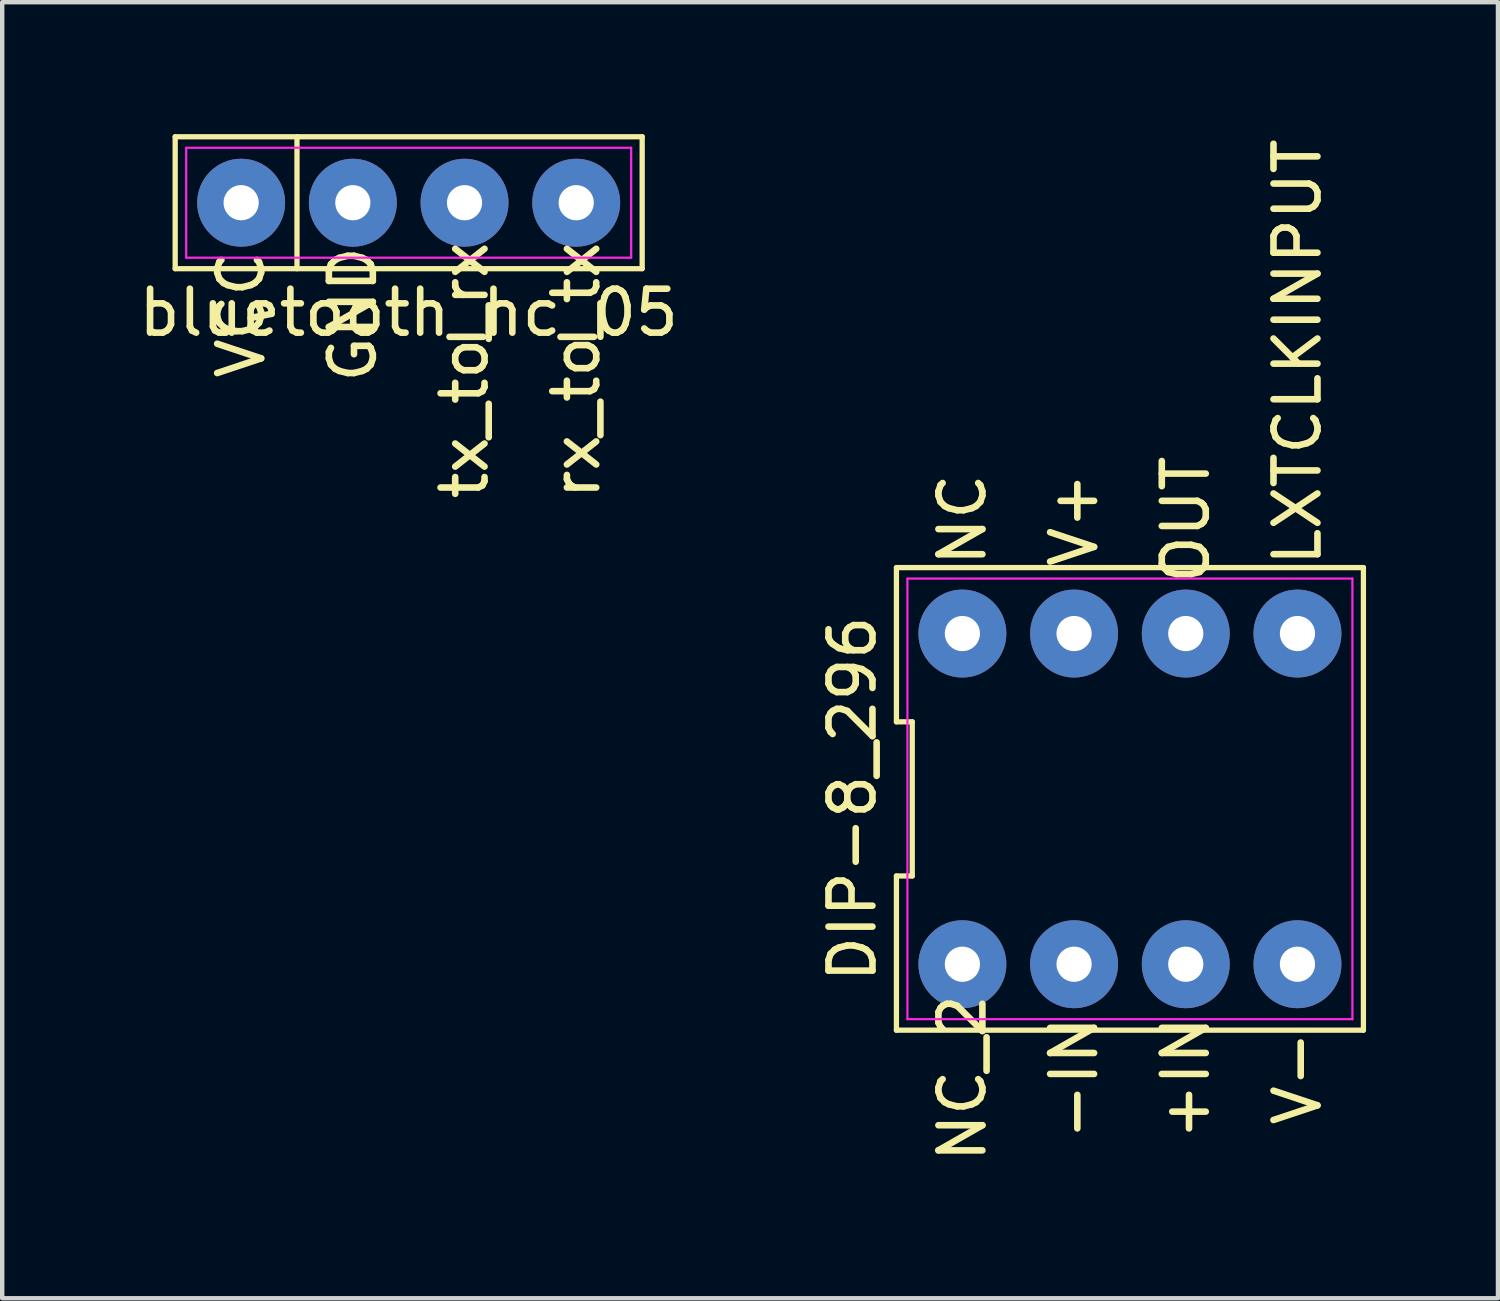
<source format=kicad_pcb>
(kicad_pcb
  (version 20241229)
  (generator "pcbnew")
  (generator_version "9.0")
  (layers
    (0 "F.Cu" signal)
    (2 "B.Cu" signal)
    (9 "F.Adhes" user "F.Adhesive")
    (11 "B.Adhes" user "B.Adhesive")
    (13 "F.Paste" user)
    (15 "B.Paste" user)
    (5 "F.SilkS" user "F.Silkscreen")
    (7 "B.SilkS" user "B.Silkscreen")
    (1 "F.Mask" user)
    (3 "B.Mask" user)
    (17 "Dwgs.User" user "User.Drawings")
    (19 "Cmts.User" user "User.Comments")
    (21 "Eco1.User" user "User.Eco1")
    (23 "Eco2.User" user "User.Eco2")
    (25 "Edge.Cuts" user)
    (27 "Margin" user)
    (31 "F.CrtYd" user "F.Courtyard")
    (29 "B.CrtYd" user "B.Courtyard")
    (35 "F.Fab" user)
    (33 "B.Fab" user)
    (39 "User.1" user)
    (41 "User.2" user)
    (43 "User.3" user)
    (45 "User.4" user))
  (footprint "DIP-8_296"
    (layer "F.Cu")
    (at 22.646 15.118)
    (property "Reference" "DIP-8_296" (at -6.31 0 90) (layer "F.SilkS") (effects (font (size 1 1) (thickness 0.15))))
    (attr through_hole)
    (fp_line (start -5.31 -5.26) (end -5.31 -1.753) (stroke (width 0.12) (type solid)) (layer "F.SilkS"))
    (fp_line (start -5.31 -1.753) (end -4.95 -1.753) (stroke (width 0.12) (type solid)) (layer "F.SilkS"))
    (fp_line (start -5.31 1.753) (end -5.31 5.26) (stroke (width 0.12) (type solid)) (layer "F.SilkS"))
    (fp_line (start -5.31 5.26) (end 5.31 5.26) (stroke (width 0.12) (type solid)) (layer "F.SilkS"))
    (fp_line (start -4.95 -1.753) (end -4.95 1.753) (stroke (width 0.12) (type solid)) (layer "F.SilkS"))
    (fp_line (start -4.95 1.753) (end -5.31 1.753) (stroke (width 0.12) (type solid)) (layer "F.SilkS"))
    (fp_line (start 5.31 -5.26) (end -5.31 -5.26) (stroke (width 0.12) (type solid)) (layer "F.SilkS"))
    (fp_line (start 5.31 5.26) (end 5.31 -5.26) (stroke (width 0.12) (type solid)) (layer "F.SilkS"))
    (fp_line (start -5.06 -5.01) (end 5.06 -5.01) (stroke (width 0.05) (type solid)) (layer "F.CrtYd"))
    (fp_line (start -5.06 5.01) (end -5.06 -5.01) (stroke (width 0.05) (type solid)) (layer "F.CrtYd"))
    (fp_line (start 5.06 -5.01) (end 5.06 5.01) (stroke (width 0.05) (type solid)) (layer "F.CrtYd"))
    (fp_line (start 5.06 5.01) (end -5.06 5.01) (stroke (width 0.05) (type solid)) (layer "F.CrtYd"))
    (fp_text user "+IN" (at 1.27 6.35 90) (layer "F.SilkS") (effects (font (size 1 1) (thickness 0.15))))
    (fp_text user "LXTCLKINPUT" (at 3.81 -10.16 90) (layer "F.SilkS") (effects (font (size 1 1) (thickness 0.15))))
    (fp_text user "OUT" (at 1.27 -6.35 90) (layer "F.SilkS") (effects (font (size 1 1) (thickness 0.15))))
    (fp_text user "V-" (at 3.81 6.35 90) (layer "F.SilkS") (effects (font (size 1 1) (thickness 0.15))))
    (fp_text user "V+" (at -1.27 -6.35 90) (layer "F.SilkS") (effects (font (size 1 1) (thickness 0.15))))
    (fp_text user "NC" (at -3.81 -6.35 90) (layer "F.SilkS") (effects (font (size 1 1) (thickness 0.15))))
    (fp_text user "-IN" (at -1.27 6.35 90) (layer "F.SilkS") (effects (font (size 1 1) (thickness 0.15))))
    (fp_text user "NC_2" (at -3.81 6.35 90) (layer "F.SilkS") (effects (font (size 1 1) (thickness 0.15))))
    (pad "1" thru_hole circle (at -3.81 3.76) (size 2 2) (drill 0.8) (layers "*.Cu" "*.Mask"))
    (pad "2" thru_hole circle (at -1.27 3.76) (size 2 2) (drill 0.8) (layers "*.Cu" "*.Mask"))
    (pad "3" thru_hole circle (at 1.27 3.76) (size 2 2) (drill 0.8) (layers "*.Cu" "*.Mask"))
    (pad "4" thru_hole circle (at 3.81 3.76) (size 2 2) (drill 0.8) (layers "*.Cu" "*.Mask"))
    (pad "5" thru_hole circle (at 3.81 -3.76) (size 2 2) (drill 0.8) (layers "*.Cu" "*.Mask"))
    (pad "6" thru_hole circle (at 1.27 -3.76) (size 2 2) (drill 0.8) (layers "*.Cu" "*.Mask"))
    (pad "7" thru_hole circle (at -1.27 -3.76) (size 2 2) (drill 0.8) (layers "*.Cu" "*.Mask"))
    (pad "8" thru_hole circle (at -3.81 -3.76) (size 2 2) (drill 0.8) (layers "*.Cu" "*.Mask")))
  (footprint "bluetooth_hc_05"
    (layer "F.Cu")
    (at 6.244 1.56)
    (property "Reference" "bluetooth_hc_05" (at 0 2.5 0) (layer "F.SilkS") (effects (font (size 1 1) (thickness 0.15))))
    (attr through_hole)
    (fp_line (start -5.31 -1.5) (end 5.31 -1.5) (stroke (width 0.12) (type solid)) (layer "F.SilkS"))
    (fp_line (start -5.31 1.5) (end -5.31 -1.5) (stroke (width 0.12) (type solid)) (layer "F.SilkS"))
    (fp_line (start -2.54 -1.5) (end -2.54 1.5) (stroke (width 0.12) (type solid)) (layer "F.SilkS"))
    (fp_line (start 5.31 -1.5) (end 5.31 1.5) (stroke (width 0.12) (type solid)) (layer "F.SilkS"))
    (fp_line (start 5.31 1.5) (end -5.31 1.5) (stroke (width 0.12) (type solid)) (layer "F.SilkS"))
    (fp_line (start -5.06 -1.25) (end 5.06 -1.25) (stroke (width 0.05) (type solid)) (layer "F.CrtYd"))
    (fp_line (start -5.06 1.25) (end -5.06 -1.25) (stroke (width 0.05) (type solid)) (layer "F.CrtYd"))
    (fp_line (start 5.06 -1.25) (end 5.06 1.25) (stroke (width 0.05) (type solid)) (layer "F.CrtYd"))
    (fp_line (start 5.06 1.25) (end -5.06 1.25) (stroke (width 0.05) (type solid)) (layer "F.CrtYd"))
    (fp_text user "GND" (at -1.27 2.54 90) (layer "F.SilkS") (effects (font (size 1 1) (thickness 0.15))))
    (fp_text user "VCC" (at -3.81 2.54 90) (layer "F.SilkS") (effects (font (size 1 1) (thickness 0.15))))
    (fp_text user "tx_to_rx" (at 1.27 3.81 90) (layer "F.SilkS") (effects (font (size 1 1) (thickness 0.15))))
    (fp_text user "rx_to_tx" (at 3.81 3.81 90) (layer "F.SilkS") (effects (font (size 1 1) (thickness 0.15))))
    (pad "1" thru_hole circle (at -3.81 0) (size 2 2) (drill 0.8) (layers "*.Cu" "*.Mask"))
    (pad "2" thru_hole circle (at -1.27 0) (size 2 2) (drill 0.8) (layers "*.Cu" "*.Mask"))
    (pad "3" thru_hole circle (at 1.27 0) (size 2 2) (drill 0.8) (layers "*.Cu" "*.Mask"))
    (pad "4" thru_hole circle (at 3.81 0) (size 2 2) (drill 0.8) (layers "*.Cu" "*.Mask")))
  (gr_rect
    (start -3 -3)
    (end 31.016 26.474)
    (stroke (width 0.1) (type default))
    (fill no)
    (layer "Edge.Cuts")))
</source>
